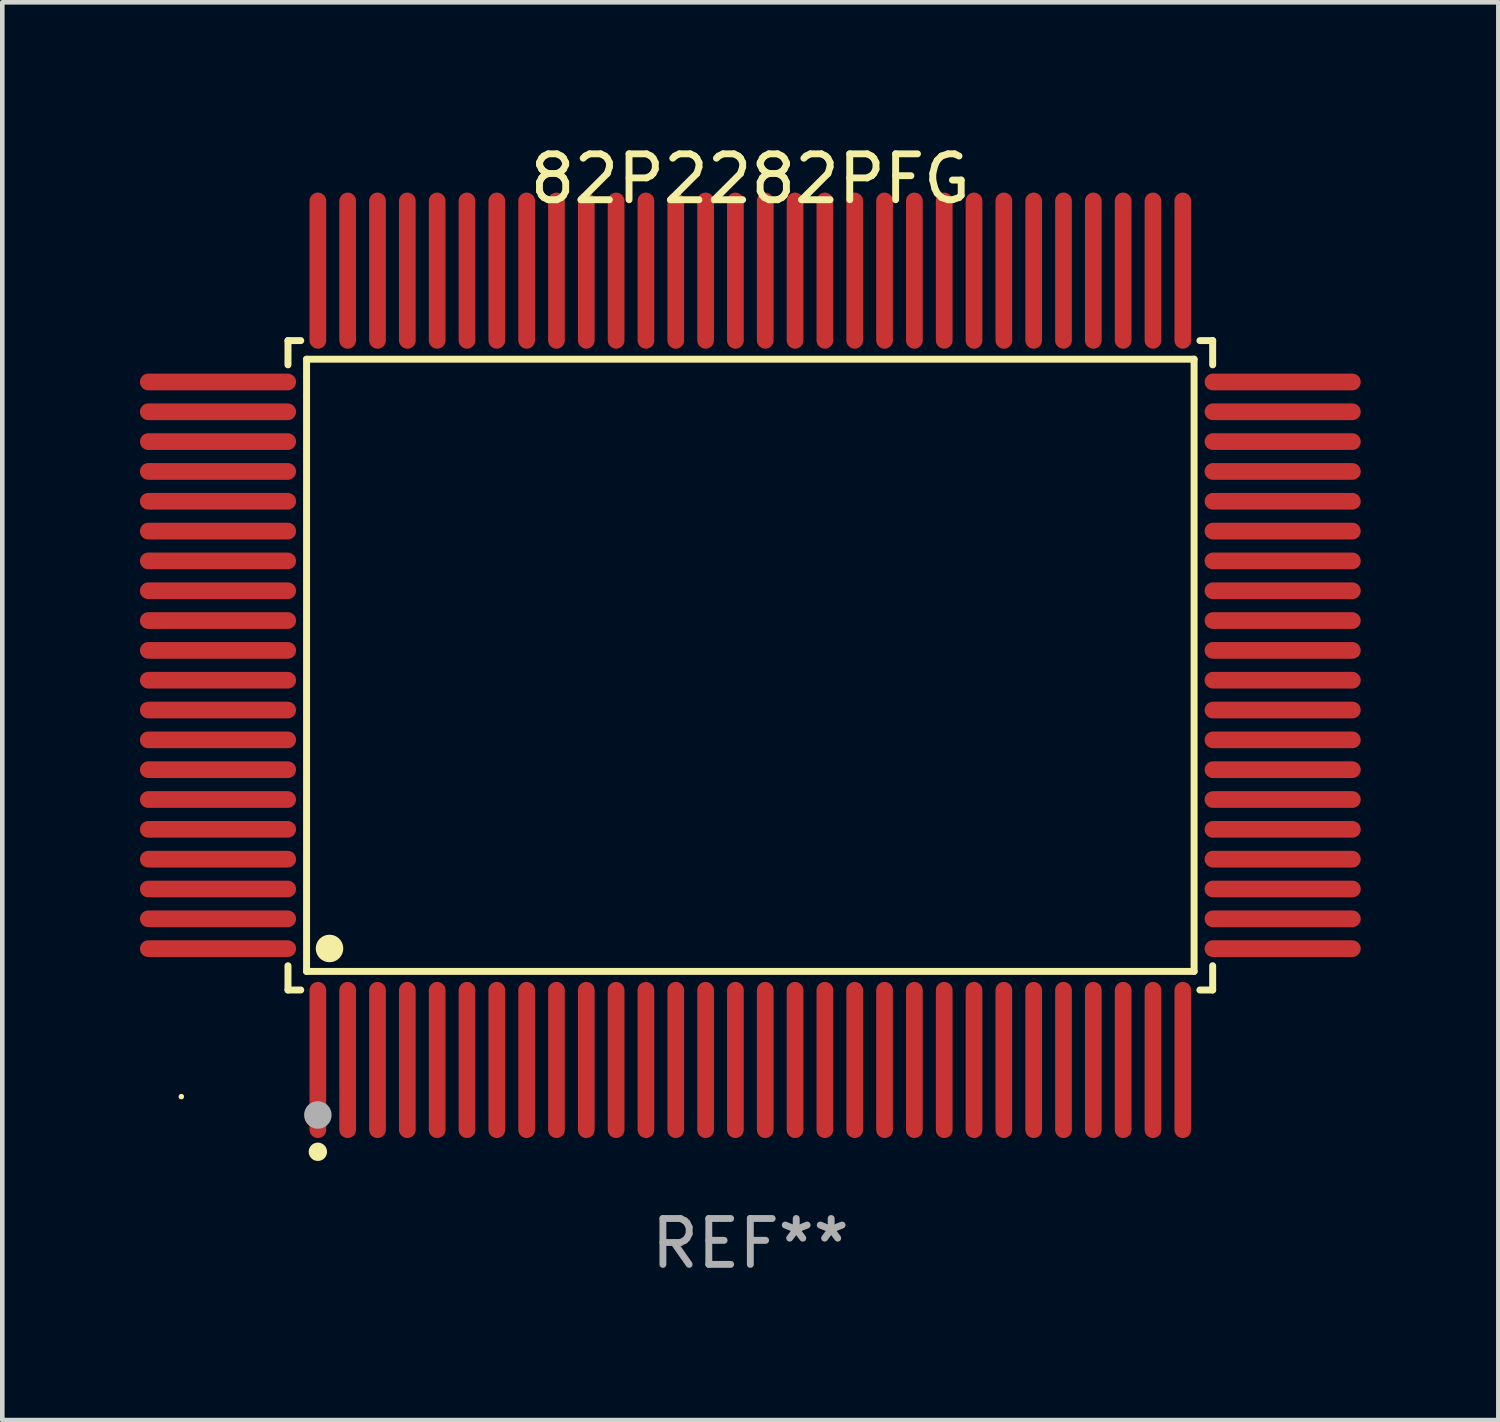
<source format=kicad_pcb>
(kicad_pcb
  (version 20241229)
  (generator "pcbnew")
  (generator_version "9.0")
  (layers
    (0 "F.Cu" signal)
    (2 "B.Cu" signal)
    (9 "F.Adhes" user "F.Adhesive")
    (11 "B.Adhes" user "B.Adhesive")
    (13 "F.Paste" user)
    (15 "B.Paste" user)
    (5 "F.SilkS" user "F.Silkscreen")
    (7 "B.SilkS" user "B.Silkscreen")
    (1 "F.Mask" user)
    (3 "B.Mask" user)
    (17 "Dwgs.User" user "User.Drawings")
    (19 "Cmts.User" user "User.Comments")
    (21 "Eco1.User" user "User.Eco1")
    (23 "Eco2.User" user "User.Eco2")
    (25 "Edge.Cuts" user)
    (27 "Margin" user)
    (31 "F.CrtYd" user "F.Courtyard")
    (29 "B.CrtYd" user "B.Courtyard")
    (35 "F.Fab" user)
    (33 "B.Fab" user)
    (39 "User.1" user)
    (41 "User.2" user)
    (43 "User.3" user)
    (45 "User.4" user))
  (footprint "82P2282PFG"
    (layer "F.Cu")
    (at 13.302 11.449)
    (property "Reference" "82P2282PFG" (at 0 -10.601 0) (layer "F.SilkS") (effects (font (size 1 1) (thickness 0.15))))
    (attr through_hole)
    (fp_line (start -10.076 -7.076) (end -9.798 -7.076) (stroke (width 0.152) (type solid)) (layer "F.SilkS"))
    (fp_line (start -10.076 -6.548) (end -10.076 -7.076) (stroke (width 0.152) (type solid)) (layer "F.SilkS"))
    (fp_line (start -10.076 6.548) (end -10.076 7.076) (stroke (width 0.152) (type solid)) (layer "F.SilkS"))
    (fp_line (start -10.076 7.076) (end -9.798 7.076) (stroke (width 0.152) (type solid)) (layer "F.SilkS"))
    (fp_line (start -9.671 -6.671) (end 9.671 -6.671) (stroke (width 0.152) (type solid)) (layer "F.SilkS"))
    (fp_line (start -9.671 6.671) (end -9.671 -6.671) (stroke (width 0.152) (type solid)) (layer "F.SilkS"))
    (fp_line (start 9.671 -6.671) (end 9.671 6.671) (stroke (width 0.152) (type solid)) (layer "F.SilkS"))
    (fp_line (start 9.671 6.671) (end -9.671 6.671) (stroke (width 0.152) (type solid)) (layer "F.SilkS"))
    (fp_line (start 10.076 -7.076) (end 9.798 -7.076) (stroke (width 0.152) (type solid)) (layer "F.SilkS"))
    (fp_line (start 10.076 -6.548) (end 10.076 -7.076) (stroke (width 0.152) (type solid)) (layer "F.SilkS"))
    (fp_line (start 10.076 6.548) (end 10.076 7.076) (stroke (width 0.152) (type solid)) (layer "F.SilkS"))
    (fp_line (start 10.076 7.076) (end 9.798 7.076) (stroke (width 0.152) (type solid)) (layer "F.SilkS"))
    (fp_circle (center -12.4 9.4) (end -12.37 9.4) (stroke (width 0.06) (type solid)) (fill no) (layer "F.SilkS"))
    (fp_circle (center -9.425 10.602) (end -9.325 10.602) (stroke (width 0.2) (type solid)) (fill no) (layer "F.SilkS"))
    (fp_circle (center -9.171 6.171) (end -9.021 6.171) (stroke (width 0.3) (type solid)) (fill no) (layer "F.SilkS"))
    (fp_circle (center -9.425 9.8) (end -9.275 9.8) (stroke (width 0.3) (type solid)) (fill no) (layer "F.Fab"))
    (fp_text user "REF**" (at 0 12.601 0) (layer "F.Fab") (effects (font (size 1 1) (thickness 0.15))))
    (pad "1" smd oval (at -9.425 8.601) (size 0.364 3.402) (layers "F.Cu" "F.Mask" "F.Paste"))
    (pad "2" smd oval (at -8.775 8.601) (size 0.364 3.402) (layers "F.Cu" "F.Mask" "F.Paste"))
    (pad "3" smd oval (at -8.125 8.601) (size 0.364 3.402) (layers "F.Cu" "F.Mask" "F.Paste"))
    (pad "4" smd oval (at -7.475 8.601) (size 0.364 3.402) (layers "F.Cu" "F.Mask" "F.Paste"))
    (pad "5" smd oval (at -6.825 8.601) (size 0.364 3.402) (layers "F.Cu" "F.Mask" "F.Paste"))
    (pad "6" smd oval (at -6.175 8.601) (size 0.364 3.402) (layers "F.Cu" "F.Mask" "F.Paste"))
    (pad "7" smd oval (at -5.525 8.601) (size 0.364 3.402) (layers "F.Cu" "F.Mask" "F.Paste"))
    (pad "8" smd oval (at -4.875 8.601) (size 0.364 3.402) (layers "F.Cu" "F.Mask" "F.Paste"))
    (pad "9" smd oval (at -4.225 8.601) (size 0.364 3.402) (layers "F.Cu" "F.Mask" "F.Paste"))
    (pad "10" smd oval (at -3.575 8.601) (size 0.364 3.402) (layers "F.Cu" "F.Mask" "F.Paste"))
    (pad "11" smd oval (at -2.925 8.601) (size 0.364 3.402) (layers "F.Cu" "F.Mask" "F.Paste"))
    (pad "12" smd oval (at -2.275 8.601) (size 0.364 3.402) (layers "F.Cu" "F.Mask" "F.Paste"))
    (pad "13" smd oval (at -1.625 8.601) (size 0.364 3.402) (layers "F.Cu" "F.Mask" "F.Paste"))
    (pad "14" smd oval (at -0.975 8.601) (size 0.364 3.402) (layers "F.Cu" "F.Mask" "F.Paste"))
    (pad "15" smd oval (at -0.325 8.601) (size 0.364 3.402) (layers "F.Cu" "F.Mask" "F.Paste"))
    (pad "16" smd oval (at 0.325 8.601) (size 0.364 3.402) (layers "F.Cu" "F.Mask" "F.Paste"))
    (pad "17" smd oval (at 0.975 8.601) (size 0.364 3.402) (layers "F.Cu" "F.Mask" "F.Paste"))
    (pad "18" smd oval (at 1.625 8.601) (size 0.364 3.402) (layers "F.Cu" "F.Mask" "F.Paste"))
    (pad "19" smd oval (at 2.275 8.601) (size 0.364 3.402) (layers "F.Cu" "F.Mask" "F.Paste"))
    (pad "20" smd oval (at 2.925 8.601) (size 0.364 3.402) (layers "F.Cu" "F.Mask" "F.Paste"))
    (pad "21" smd oval (at 3.575 8.601) (size 0.364 3.402) (layers "F.Cu" "F.Mask" "F.Paste"))
    (pad "22" smd oval (at 4.225 8.601) (size 0.364 3.402) (layers "F.Cu" "F.Mask" "F.Paste"))
    (pad "23" smd oval (at 4.875 8.601) (size 0.364 3.402) (layers "F.Cu" "F.Mask" "F.Paste"))
    (pad "24" smd oval (at 5.525 8.601) (size 0.364 3.402) (layers "F.Cu" "F.Mask" "F.Paste"))
    (pad "25" smd oval (at 6.175 8.601) (size 0.364 3.402) (layers "F.Cu" "F.Mask" "F.Paste"))
    (pad "26" smd oval (at 6.825 8.601) (size 0.364 3.402) (layers "F.Cu" "F.Mask" "F.Paste"))
    (pad "27" smd oval (at 7.475 8.601) (size 0.364 3.402) (layers "F.Cu" "F.Mask" "F.Paste"))
    (pad "28" smd oval (at 8.125 8.601) (size 0.364 3.402) (layers "F.Cu" "F.Mask" "F.Paste"))
    (pad "29" smd oval (at 8.775 8.601) (size 0.364 3.402) (layers "F.Cu" "F.Mask" "F.Paste"))
    (pad "30" smd oval (at 9.425 8.601) (size 0.364 3.402) (layers "F.Cu" "F.Mask" "F.Paste"))
    (pad "31" smd oval (at 11.601 6.175) (size 3.402 0.364) (layers "F.Cu" "F.Mask" "F.Paste"))
    (pad "32" smd oval (at 11.601 5.525) (size 3.402 0.364) (layers "F.Cu" "F.Mask" "F.Paste"))
    (pad "33" smd oval (at 11.601 4.875) (size 3.402 0.364) (layers "F.Cu" "F.Mask" "F.Paste"))
    (pad "34" smd oval (at 11.601 4.225) (size 3.402 0.364) (layers "F.Cu" "F.Mask" "F.Paste"))
    (pad "35" smd oval (at 11.601 3.575) (size 3.402 0.364) (layers "F.Cu" "F.Mask" "F.Paste"))
    (pad "36" smd oval (at 11.601 2.925) (size 3.402 0.364) (layers "F.Cu" "F.Mask" "F.Paste"))
    (pad "37" smd oval (at 11.601 2.275) (size 3.402 0.364) (layers "F.Cu" "F.Mask" "F.Paste"))
    (pad "38" smd oval (at 11.601 1.625) (size 3.402 0.364) (layers "F.Cu" "F.Mask" "F.Paste"))
    (pad "39" smd oval (at 11.601 0.975) (size 3.402 0.364) (layers "F.Cu" "F.Mask" "F.Paste"))
    (pad "40" smd oval (at 11.601 0.325) (size 3.402 0.364) (layers "F.Cu" "F.Mask" "F.Paste"))
    (pad "41" smd oval (at 11.601 -0.325) (size 3.402 0.364) (layers "F.Cu" "F.Mask" "F.Paste"))
    (pad "42" smd oval (at 11.601 -0.975) (size 3.402 0.364) (layers "F.Cu" "F.Mask" "F.Paste"))
    (pad "43" smd oval (at 11.601 -1.625) (size 3.402 0.364) (layers "F.Cu" "F.Mask" "F.Paste"))
    (pad "44" smd oval (at 11.601 -2.275) (size 3.402 0.364) (layers "F.Cu" "F.Mask" "F.Paste"))
    (pad "45" smd oval (at 11.601 -2.925) (size 3.402 0.364) (layers "F.Cu" "F.Mask" "F.Paste"))
    (pad "46" smd oval (at 11.601 -3.575) (size 3.402 0.364) (layers "F.Cu" "F.Mask" "F.Paste"))
    (pad "47" smd oval (at 11.601 -4.225) (size 3.402 0.364) (layers "F.Cu" "F.Mask" "F.Paste"))
    (pad "48" smd oval (at 11.601 -4.875) (size 3.402 0.364) (layers "F.Cu" "F.Mask" "F.Paste"))
    (pad "49" smd oval (at 11.601 -5.525) (size 3.402 0.364) (layers "F.Cu" "F.Mask" "F.Paste"))
    (pad "50" smd oval (at 11.601 -6.175) (size 3.402 0.364) (layers "F.Cu" "F.Mask" "F.Paste"))
    (pad "51" smd oval (at 9.425 -8.601) (size 0.364 3.402) (layers "F.Cu" "F.Mask" "F.Paste"))
    (pad "52" smd oval (at 8.775 -8.601) (size 0.364 3.402) (layers "F.Cu" "F.Mask" "F.Paste"))
    (pad "53" smd oval (at 8.125 -8.601) (size 0.364 3.402) (layers "F.Cu" "F.Mask" "F.Paste"))
    (pad "54" smd oval (at 7.475 -8.601) (size 0.364 3.402) (layers "F.Cu" "F.Mask" "F.Paste"))
    (pad "55" smd oval (at 6.825 -8.601) (size 0.364 3.402) (layers "F.Cu" "F.Mask" "F.Paste"))
    (pad "56" smd oval (at 6.175 -8.601) (size 0.364 3.402) (layers "F.Cu" "F.Mask" "F.Paste"))
    (pad "57" smd oval (at 5.525 -8.601) (size 0.364 3.402) (layers "F.Cu" "F.Mask" "F.Paste"))
    (pad "58" smd oval (at 4.875 -8.601) (size 0.364 3.402) (layers "F.Cu" "F.Mask" "F.Paste"))
    (pad "59" smd oval (at 4.225 -8.601) (size 0.364 3.402) (layers "F.Cu" "F.Mask" "F.Paste"))
    (pad "60" smd oval (at 3.575 -8.601) (size 0.364 3.402) (layers "F.Cu" "F.Mask" "F.Paste"))
    (pad "61" smd oval (at 2.925 -8.601) (size 0.364 3.402) (layers "F.Cu" "F.Mask" "F.Paste"))
    (pad "62" smd oval (at 2.275 -8.601) (size 0.364 3.402) (layers "F.Cu" "F.Mask" "F.Paste"))
    (pad "63" smd oval (at 1.625 -8.601) (size 0.364 3.402) (layers "F.Cu" "F.Mask" "F.Paste"))
    (pad "64" smd oval (at 0.975 -8.601) (size 0.364 3.402) (layers "F.Cu" "F.Mask" "F.Paste"))
    (pad "65" smd oval (at 0.325 -8.601) (size 0.364 3.402) (layers "F.Cu" "F.Mask" "F.Paste"))
    (pad "66" smd oval (at -0.325 -8.601) (size 0.364 3.402) (layers "F.Cu" "F.Mask" "F.Paste"))
    (pad "67" smd oval (at -0.975 -8.601) (size 0.364 3.402) (layers "F.Cu" "F.Mask" "F.Paste"))
    (pad "68" smd oval (at -1.625 -8.601) (size 0.364 3.402) (layers "F.Cu" "F.Mask" "F.Paste"))
    (pad "69" smd oval (at -2.275 -8.601) (size 0.364 3.402) (layers "F.Cu" "F.Mask" "F.Paste"))
    (pad "70" smd oval (at -2.925 -8.601) (size 0.364 3.402) (layers "F.Cu" "F.Mask" "F.Paste"))
    (pad "71" smd oval (at -3.575 -8.601) (size 0.364 3.402) (layers "F.Cu" "F.Mask" "F.Paste"))
    (pad "72" smd oval (at -4.225 -8.601) (size 0.364 3.402) (layers "F.Cu" "F.Mask" "F.Paste"))
    (pad "73" smd oval (at -4.875 -8.601) (size 0.364 3.402) (layers "F.Cu" "F.Mask" "F.Paste"))
    (pad "74" smd oval (at -5.525 -8.601) (size 0.364 3.402) (layers "F.Cu" "F.Mask" "F.Paste"))
    (pad "75" smd oval (at -6.175 -8.601) (size 0.364 3.402) (layers "F.Cu" "F.Mask" "F.Paste"))
    (pad "76" smd oval (at -6.825 -8.601) (size 0.364 3.402) (layers "F.Cu" "F.Mask" "F.Paste"))
    (pad "77" smd oval (at -7.475 -8.601) (size 0.364 3.402) (layers "F.Cu" "F.Mask" "F.Paste"))
    (pad "78" smd oval (at -8.125 -8.601) (size 0.364 3.402) (layers "F.Cu" "F.Mask" "F.Paste"))
    (pad "79" smd oval (at -8.775 -8.601) (size 0.364 3.402) (layers "F.Cu" "F.Mask" "F.Paste"))
    (pad "80" smd oval (at -9.425 -8.601) (size 0.364 3.402) (layers "F.Cu" "F.Mask" "F.Paste"))
    (pad "81" smd oval (at -11.601 -6.175) (size 3.402 0.364) (layers "F.Cu" "F.Mask" "F.Paste"))
    (pad "82" smd oval (at -11.601 -5.525) (size 3.402 0.364) (layers "F.Cu" "F.Mask" "F.Paste"))
    (pad "83" smd oval (at -11.601 -4.875) (size 3.402 0.364) (layers "F.Cu" "F.Mask" "F.Paste"))
    (pad "84" smd oval (at -11.601 -4.225) (size 3.402 0.364) (layers "F.Cu" "F.Mask" "F.Paste"))
    (pad "85" smd oval (at -11.601 -3.575) (size 3.402 0.364) (layers "F.Cu" "F.Mask" "F.Paste"))
    (pad "86" smd oval (at -11.601 -2.925) (size 3.402 0.364) (layers "F.Cu" "F.Mask" "F.Paste"))
    (pad "87" smd oval (at -11.601 -2.275) (size 3.402 0.364) (layers "F.Cu" "F.Mask" "F.Paste"))
    (pad "88" smd oval (at -11.601 -1.625) (size 3.402 0.364) (layers "F.Cu" "F.Mask" "F.Paste"))
    (pad "89" smd oval (at -11.601 -0.975) (size 3.402 0.364) (layers "F.Cu" "F.Mask" "F.Paste"))
    (pad "90" smd oval (at -11.601 -0.325) (size 3.402 0.364) (layers "F.Cu" "F.Mask" "F.Paste"))
    (pad "91" smd oval (at -11.601 0.325) (size 3.402 0.364) (layers "F.Cu" "F.Mask" "F.Paste"))
    (pad "92" smd oval (at -11.601 0.975) (size 3.402 0.364) (layers "F.Cu" "F.Mask" "F.Paste"))
    (pad "93" smd oval (at -11.601 1.625) (size 3.402 0.364) (layers "F.Cu" "F.Mask" "F.Paste"))
    (pad "94" smd oval (at -11.601 2.275) (size 3.402 0.364) (layers "F.Cu" "F.Mask" "F.Paste"))
    (pad "95" smd oval (at -11.601 2.925) (size 3.402 0.364) (layers "F.Cu" "F.Mask" "F.Paste"))
    (pad "96" smd oval (at -11.601 3.575) (size 3.402 0.364) (layers "F.Cu" "F.Mask" "F.Paste"))
    (pad "97" smd oval (at -11.601 4.225) (size 3.402 0.364) (layers "F.Cu" "F.Mask" "F.Paste"))
    (pad "98" smd oval (at -11.601 4.875) (size 3.402 0.364) (layers "F.Cu" "F.Mask" "F.Paste"))
    (pad "99" smd oval (at -11.601 5.525) (size 3.402 0.364) (layers "F.Cu" "F.Mask" "F.Paste"))
    (pad "100" smd oval (at -11.601 6.175) (size 3.402 0.364) (layers "F.Cu" "F.Mask" "F.Paste")))
  (gr_rect
    (start -3 -3)
    (end 29.604 27.898)
    (stroke (width 0.1) (type default))
    (fill no)
    (layer "Edge.Cuts")))
</source>
